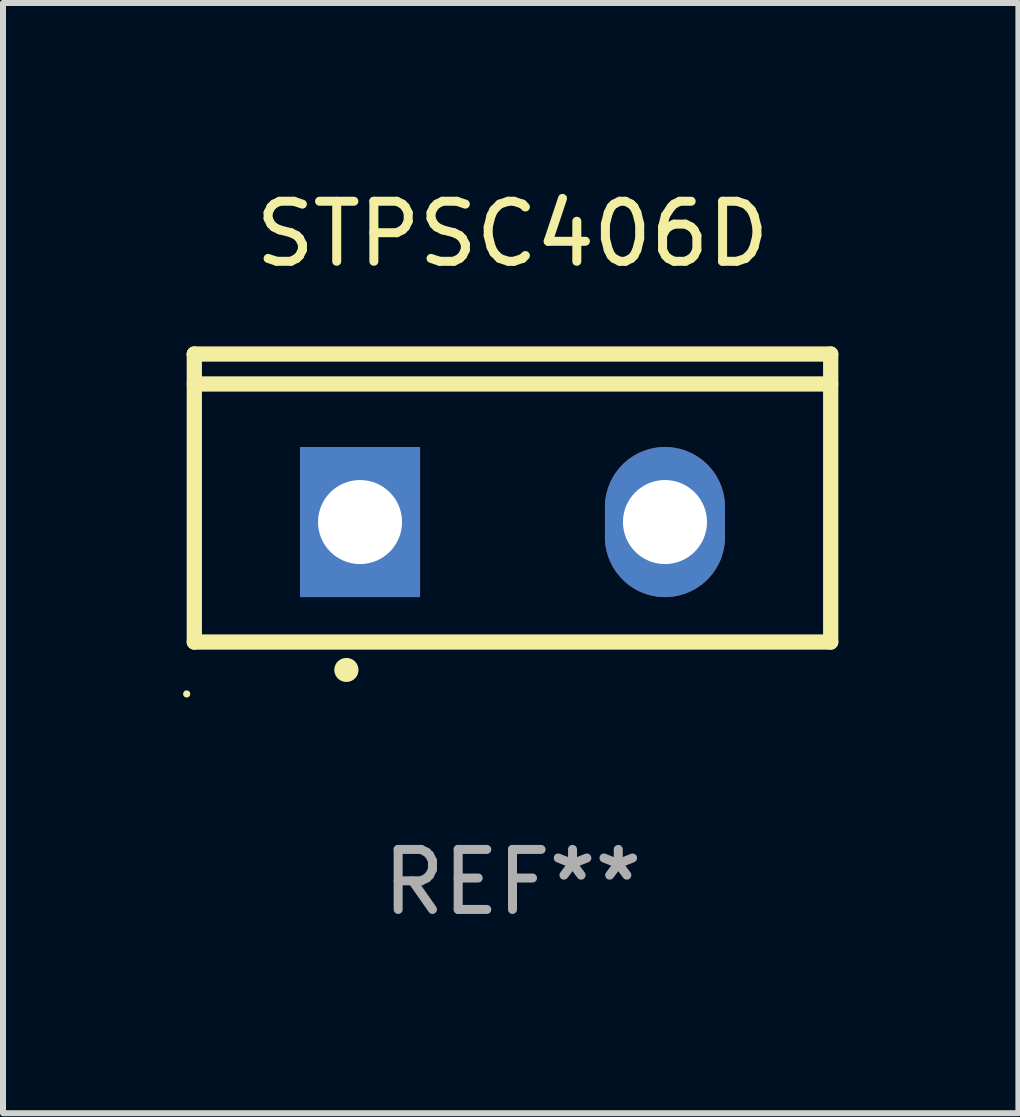
<source format=kicad_pcb>
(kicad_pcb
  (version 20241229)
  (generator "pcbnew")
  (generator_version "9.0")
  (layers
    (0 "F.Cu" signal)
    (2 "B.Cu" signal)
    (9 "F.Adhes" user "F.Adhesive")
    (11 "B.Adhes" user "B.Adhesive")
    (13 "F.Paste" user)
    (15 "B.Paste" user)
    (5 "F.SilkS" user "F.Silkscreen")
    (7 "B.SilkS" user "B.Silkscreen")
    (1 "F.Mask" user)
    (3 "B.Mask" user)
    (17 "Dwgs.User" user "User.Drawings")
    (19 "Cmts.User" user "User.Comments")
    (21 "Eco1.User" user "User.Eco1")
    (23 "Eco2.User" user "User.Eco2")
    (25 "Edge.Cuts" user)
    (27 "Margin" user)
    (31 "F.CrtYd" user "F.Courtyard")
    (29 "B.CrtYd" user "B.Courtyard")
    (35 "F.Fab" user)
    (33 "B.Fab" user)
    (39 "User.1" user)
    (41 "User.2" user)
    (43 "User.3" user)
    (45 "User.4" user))
  (footprint "STPSC406D"
    (layer "F.Cu")
    (at 5.488 5.247)
    (property "Reference" "STPSC406D" (at 0 -4.399 0) (layer "F.SilkS") (effects (font (size 1 1) (thickness 0.15))))
    (attr through_hole)
    (fp_line (start -5.301 -2.399) (end 5.301 -2.399) (stroke (width 0.254) (type solid)) (layer "F.SilkS"))
    (fp_line (start -5.301 -2.394) (end -5.301 -2.399) (stroke (width 0.254) (type solid)) (layer "F.SilkS"))
    (fp_line (start -5.301 2.399) (end -5.301 -2.394) (stroke (width 0.254) (type solid)) (layer "F.SilkS"))
    (fp_line (start 5.3 -1.9) (end -5.3 -1.9) (stroke (width 0.254) (type solid)) (layer "F.SilkS"))
    (fp_line (start 5.301 -2.399) (end 5.301 2.399) (stroke (width 0.254) (type solid)) (layer "F.SilkS"))
    (fp_line (start 5.301 2.399) (end -5.301 2.399) (stroke (width 0.254) (type solid)) (layer "F.SilkS"))
    (fp_arc (start -2.768606 2.863843) (mid -2.767336 2.863839) (end -2.766066 2.863843) (stroke (width 0.4) (type solid)) (layer "F.SilkS"))
    (fp_circle (center -5.428 3.264) (end -5.398 3.264) (stroke (width 0.06) (type solid)) (fill no) (layer "F.SilkS"))
    (fp_text user "REF**" (at 0 6.399 0) (layer "F.Fab") (effects (font (size 1 1) (thickness 0.15))))
    (pad "1" thru_hole rect (at -2.54 0.4) (size 2 2.5) (drill 1.4) (layers "*.Cu" "*.Mask"))
    (pad "2" thru_hole oval (at 2.54 0.4) (size 2 2.5) (drill 1.4) (layers "*.Cu" "*.Mask")))
  (gr_rect
    (start -3 -3)
    (end 13.916 15.495)
    (stroke (width 0.1) (type default))
    (fill no)
    (layer "Edge.Cuts")))
</source>
